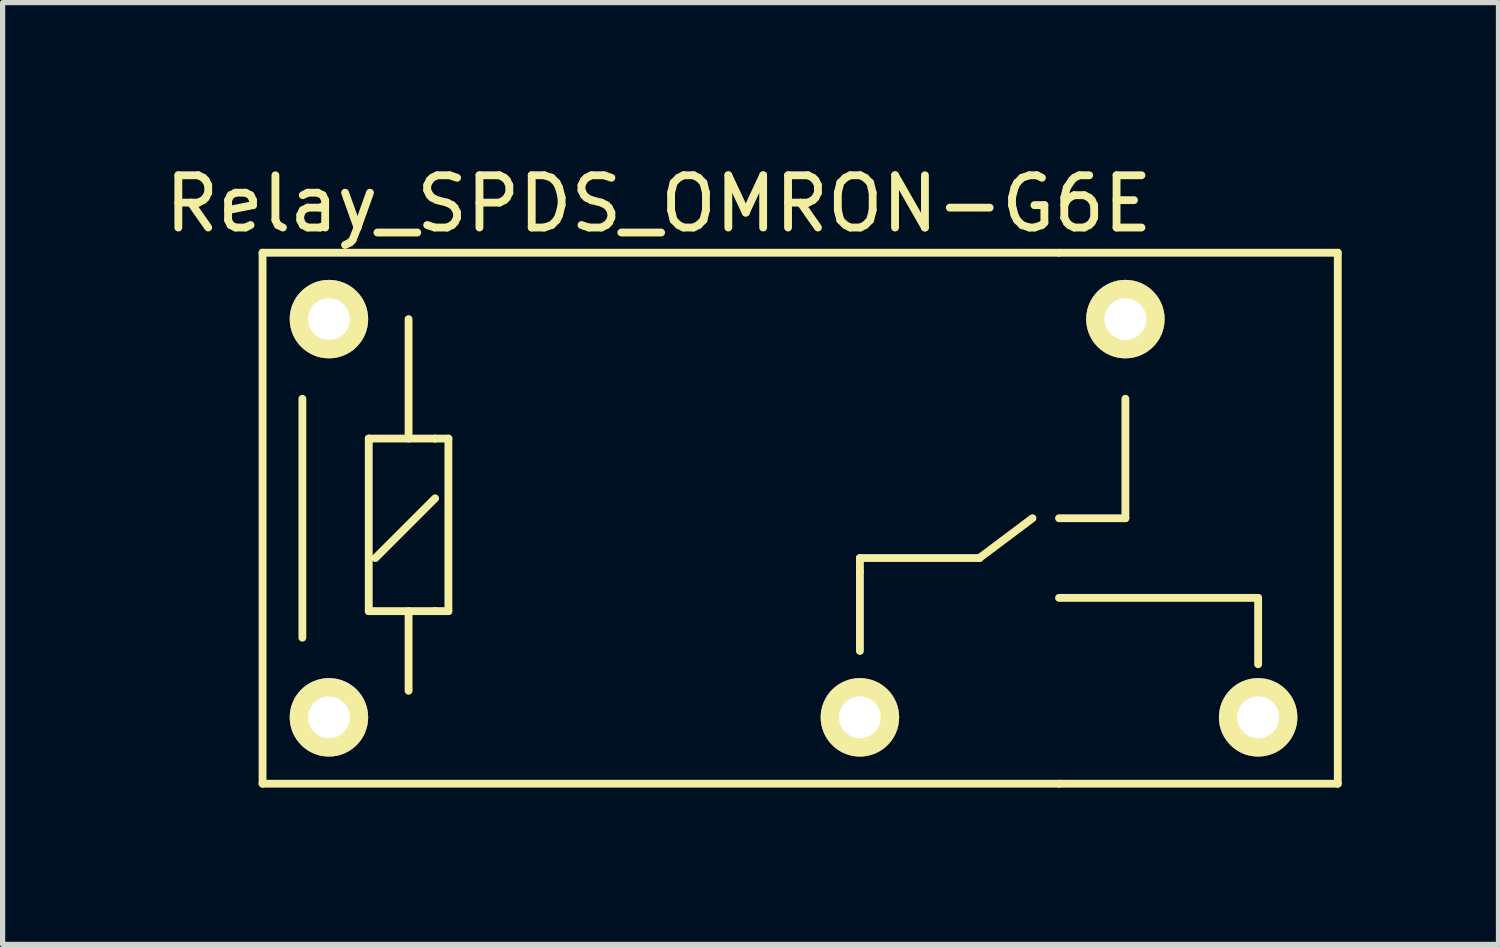
<source format=kicad_pcb>
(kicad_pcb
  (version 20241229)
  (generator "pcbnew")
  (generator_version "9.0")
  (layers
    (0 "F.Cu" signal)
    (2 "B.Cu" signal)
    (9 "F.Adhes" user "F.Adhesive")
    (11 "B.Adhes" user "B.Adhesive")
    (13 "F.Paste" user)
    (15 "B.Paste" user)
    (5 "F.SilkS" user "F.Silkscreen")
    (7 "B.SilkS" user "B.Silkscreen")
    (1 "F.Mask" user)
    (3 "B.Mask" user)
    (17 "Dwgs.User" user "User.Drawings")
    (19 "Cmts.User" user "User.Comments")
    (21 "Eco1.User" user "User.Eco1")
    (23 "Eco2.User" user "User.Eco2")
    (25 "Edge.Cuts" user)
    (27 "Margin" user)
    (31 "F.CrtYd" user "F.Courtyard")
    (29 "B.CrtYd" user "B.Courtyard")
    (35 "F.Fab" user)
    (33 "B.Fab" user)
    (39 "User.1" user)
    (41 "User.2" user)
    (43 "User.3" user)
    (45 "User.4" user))
  (footprint "Relay_SPDS_OMRON-G6E"
    (layer "F.Cu")
    (at 3.244 10.676)
    (property "Reference" "Relay_SPDS_OMRON-G6E" (at 6.309 -9.827 0) (layer "F.SilkS") (effects (font (size 1 1) (thickness 0.15))))
    (attr through_hole)
    (fp_line (start -1.27 -8.89) (end -1.27 1.27) (stroke (width 0.15) (type solid)) (layer "F.SilkS"))
    (fp_line (start -1.27 1.27) (end 13.97 1.27) (stroke (width 0.15) (type solid)) (layer "F.SilkS"))
    (fp_line (start -0.508 -6.096) (end -0.508 -1.524) (stroke (width 0.15) (type solid)) (layer "F.SilkS"))
    (fp_line (start 0.762 -5.334) (end 0.762 -2.032) (stroke (width 0.15) (type solid)) (layer "F.SilkS"))
    (fp_line (start 0.762 -2.032) (end 2.032 -2.032) (stroke (width 0.15) (type solid)) (layer "F.SilkS"))
    (fp_line (start 0.889 -3.048) (end 2.032 -4.191) (stroke (width 0.15) (type solid)) (layer "F.SilkS"))
    (fp_line (start 1.524 -7.62) (end 1.524 -5.334) (stroke (width 0.15) (type solid)) (layer "F.SilkS"))
    (fp_line (start 1.524 -2.032) (end 1.524 -0.508) (stroke (width 0.15) (type solid)) (layer "F.SilkS"))
    (fp_line (start 2.032 -5.334) (end 0.762 -5.334) (stroke (width 0.15) (type solid)) (layer "F.SilkS"))
    (fp_line (start 2.032 -5.334) (end 2.286 -5.334) (stroke (width 0.15) (type solid)) (layer "F.SilkS"))
    (fp_line (start 2.286 -5.334) (end 2.286 -2.032) (stroke (width 0.15) (type solid)) (layer "F.SilkS"))
    (fp_line (start 2.286 -2.032) (end 2.032 -2.032) (stroke (width 0.15) (type solid)) (layer "F.SilkS"))
    (fp_line (start 10.16 -3.048) (end 12.446 -3.048) (stroke (width 0.15) (type solid)) (layer "F.SilkS"))
    (fp_line (start 10.16 -2.794) (end 10.16 -3.048) (stroke (width 0.15) (type solid)) (layer "F.SilkS"))
    (fp_line (start 10.16 -1.27) (end 10.16 -2.794) (stroke (width 0.15) (type solid)) (layer "F.SilkS"))
    (fp_line (start 12.446 -3.048) (end 13.462 -3.81) (stroke (width 0.15) (type solid)) (layer "F.SilkS"))
    (fp_line (start 13.97 -8.89) (end -1.27 -8.89) (stroke (width 0.15) (type solid)) (layer "F.SilkS"))
    (fp_line (start 13.97 -8.89) (end 19.304 -8.89) (stroke (width 0.15) (type solid)) (layer "F.SilkS"))
    (fp_line (start 15.24 -6.096) (end 15.24 -3.81) (stroke (width 0.15) (type solid)) (layer "F.SilkS"))
    (fp_line (start 15.24 -3.81) (end 13.97 -3.81) (stroke (width 0.15) (type solid)) (layer "F.SilkS"))
    (fp_line (start 17.78 -2.286) (end 13.97 -2.286) (stroke (width 0.15) (type solid)) (layer "F.SilkS"))
    (fp_line (start 17.78 -1.016) (end 17.78 -2.286) (stroke (width 0.15) (type solid)) (layer "F.SilkS"))
    (fp_line (start 19.304 -8.89) (end 19.304 1.27) (stroke (width 0.15) (type solid)) (layer "F.SilkS"))
    (fp_line (start 19.304 1.27) (end 13.97 1.27) (stroke (width 0.15) (type solid)) (layer "F.SilkS"))
    (pad "1" thru_hole circle (at 0 0) (size 1.501 1.501) (drill 0.8) (layers "*.Cu" "*.Mask" "F.SilkS"))
    (pad "2" thru_hole circle (at 10.16 0) (size 1.501 1.501) (drill 0.8) (layers "*.Cu" "*.Mask" "F.SilkS"))
    (pad "3" thru_hole circle (at 17.78 0) (size 1.501 1.501) (drill 0.8) (layers "*.Cu" "*.Mask" "F.SilkS"))
    (pad "4" thru_hole circle (at 15.24 -7.62) (size 1.501 1.501) (drill 0.8) (layers "*.Cu" "*.Mask" "F.SilkS"))
    (pad "5" thru_hole circle (at 0 -7.62) (size 1.501 1.501) (drill 0.8) (layers "*.Cu" "*.Mask" "F.SilkS")))
  (gr_rect
    (start -3 -3)
    (end 25.623 15.021)
    (stroke (width 0.1) (type default))
    (fill no)
    (layer "Edge.Cuts")))
</source>
